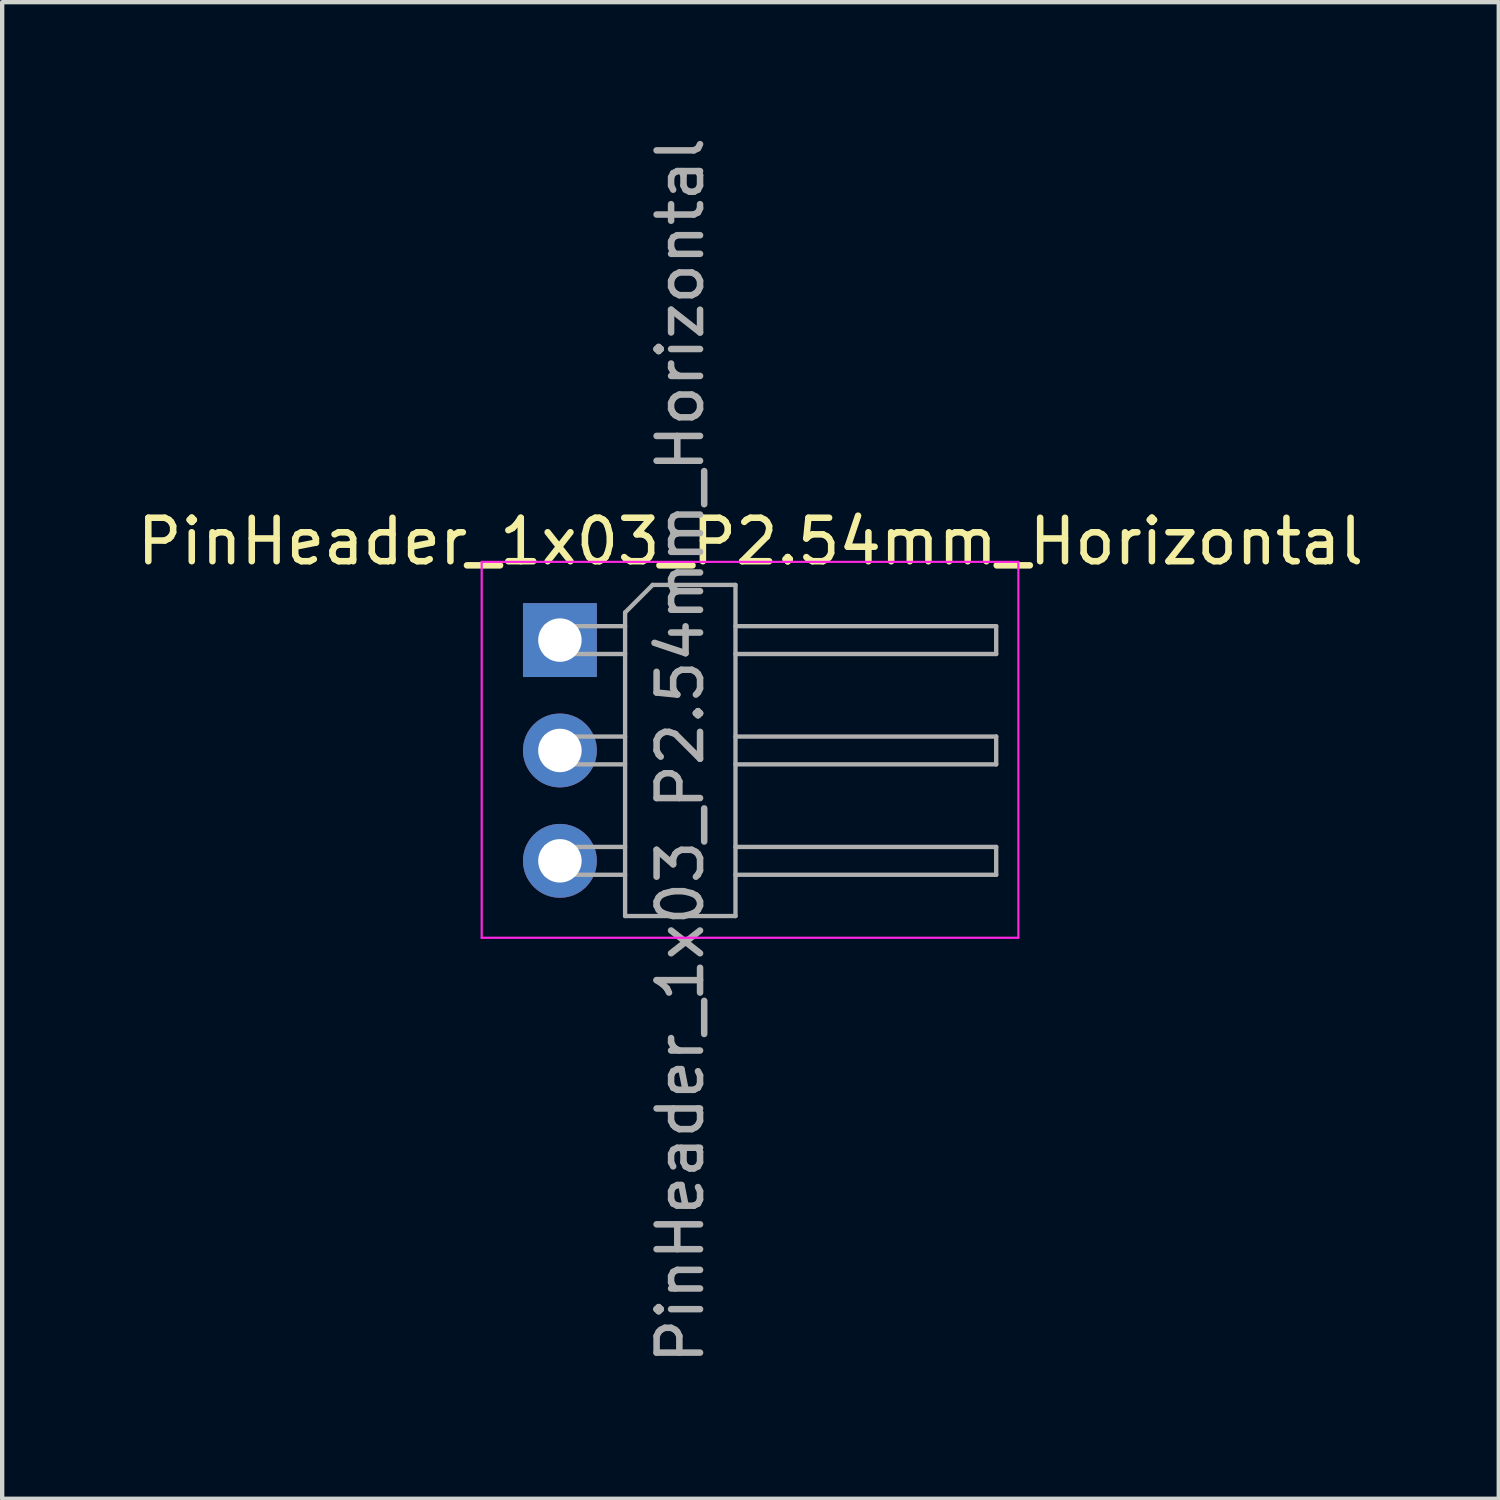
<source format=kicad_pcb>
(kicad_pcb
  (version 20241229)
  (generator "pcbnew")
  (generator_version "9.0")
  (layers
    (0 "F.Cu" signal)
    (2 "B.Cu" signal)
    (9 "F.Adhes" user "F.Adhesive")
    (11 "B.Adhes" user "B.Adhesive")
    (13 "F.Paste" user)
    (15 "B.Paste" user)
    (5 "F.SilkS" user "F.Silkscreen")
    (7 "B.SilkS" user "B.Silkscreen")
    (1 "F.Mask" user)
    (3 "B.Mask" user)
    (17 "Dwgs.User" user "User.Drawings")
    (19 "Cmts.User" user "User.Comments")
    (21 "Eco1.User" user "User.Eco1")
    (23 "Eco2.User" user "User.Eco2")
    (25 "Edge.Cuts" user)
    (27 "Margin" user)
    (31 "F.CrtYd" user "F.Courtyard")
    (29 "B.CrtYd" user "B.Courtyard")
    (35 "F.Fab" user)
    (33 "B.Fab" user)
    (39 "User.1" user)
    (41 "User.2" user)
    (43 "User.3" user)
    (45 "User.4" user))
  (footprint "PinHeader_1x03_P2.54mm_Horizontal"
    (layer "F.Cu")
    (at 9.835 11.68)
    (property "Reference" "PinHeader_1x03_P2.54mm_Horizontal" (at 4.385 -2.27 0) (layer "F.SilkS") (effects (font (size 1 1) (thickness 0.15))))
    (attr through_hole)
    (fp_line (start -1.8 -1.8) (end -1.8 6.85) (stroke (width 0.05) (type solid)) (layer "F.CrtYd"))
    (fp_line (start -1.8 6.85) (end 10.55 6.85) (stroke (width 0.05) (type solid)) (layer "F.CrtYd"))
    (fp_line (start 10.55 -1.8) (end -1.8 -1.8) (stroke (width 0.05) (type solid)) (layer "F.CrtYd"))
    (fp_line (start 10.55 6.85) (end 10.55 -1.8) (stroke (width 0.05) (type solid)) (layer "F.CrtYd"))
    (fp_line (start -0.32 -0.32) (end -0.32 0.32) (stroke (width 0.1) (type solid)) (layer "F.Fab"))
    (fp_line (start -0.32 -0.32) (end 1.5 -0.32) (stroke (width 0.1) (type solid)) (layer "F.Fab"))
    (fp_line (start -0.32 0.32) (end 1.5 0.32) (stroke (width 0.1) (type solid)) (layer "F.Fab"))
    (fp_line (start -0.32 2.22) (end -0.32 2.86) (stroke (width 0.1) (type solid)) (layer "F.Fab"))
    (fp_line (start -0.32 2.22) (end 1.5 2.22) (stroke (width 0.1) (type solid)) (layer "F.Fab"))
    (fp_line (start -0.32 2.86) (end 1.5 2.86) (stroke (width 0.1) (type solid)) (layer "F.Fab"))
    (fp_line (start -0.32 4.76) (end -0.32 5.4) (stroke (width 0.1) (type solid)) (layer "F.Fab"))
    (fp_line (start -0.32 4.76) (end 1.5 4.76) (stroke (width 0.1) (type solid)) (layer "F.Fab"))
    (fp_line (start -0.32 5.4) (end 1.5 5.4) (stroke (width 0.1) (type solid)) (layer "F.Fab"))
    (fp_line (start 1.5 -0.635) (end 2.135 -1.27) (stroke (width 0.1) (type solid)) (layer "F.Fab"))
    (fp_line (start 1.5 6.35) (end 1.5 -0.635) (stroke (width 0.1) (type solid)) (layer "F.Fab"))
    (fp_line (start 2.135 -1.27) (end 4.04 -1.27) (stroke (width 0.1) (type solid)) (layer "F.Fab"))
    (fp_line (start 4.04 -1.27) (end 4.04 6.35) (stroke (width 0.1) (type solid)) (layer "F.Fab"))
    (fp_line (start 4.04 -0.32) (end 10.04 -0.32) (stroke (width 0.1) (type solid)) (layer "F.Fab"))
    (fp_line (start 4.04 0.32) (end 10.04 0.32) (stroke (width 0.1) (type solid)) (layer "F.Fab"))
    (fp_line (start 4.04 2.22) (end 10.04 2.22) (stroke (width 0.1) (type solid)) (layer "F.Fab"))
    (fp_line (start 4.04 2.86) (end 10.04 2.86) (stroke (width 0.1) (type solid)) (layer "F.Fab"))
    (fp_line (start 4.04 4.76) (end 10.04 4.76) (stroke (width 0.1) (type solid)) (layer "F.Fab"))
    (fp_line (start 4.04 5.4) (end 10.04 5.4) (stroke (width 0.1) (type solid)) (layer "F.Fab"))
    (fp_line (start 4.04 6.35) (end 1.5 6.35) (stroke (width 0.1) (type solid)) (layer "F.Fab"))
    (fp_line (start 10.04 -0.32) (end 10.04 0.32) (stroke (width 0.1) (type solid)) (layer "F.Fab"))
    (fp_line (start 10.04 2.22) (end 10.04 2.86) (stroke (width 0.1) (type solid)) (layer "F.Fab"))
    (fp_line (start 10.04 4.76) (end 10.04 5.4) (stroke (width 0.1) (type solid)) (layer "F.Fab"))
    (fp_text user "${REFERENCE}" (at 2.77 2.54 90) (layer "F.Fab") (effects (font (size 1 1) (thickness 0.15))))
    (pad "1" thru_hole rect (at 0 0) (size 1.7 1.7) (drill 1) (layers "*.Cu" "*.Mask"))
    (pad "2" thru_hole oval (at 0 2.54) (size 1.7 1.7) (drill 1) (layers "*.Cu" "*.Mask"))
    (pad "3" thru_hole oval (at 0 5.08) (size 1.7 1.7) (drill 1) (layers "*.Cu" "*.Mask")))
  (gr_rect
    (start -3 -3)
    (end 31.44 31.44)
    (stroke (width 0.1) (type default))
    (fill no)
    (layer "Edge.Cuts")))
</source>
